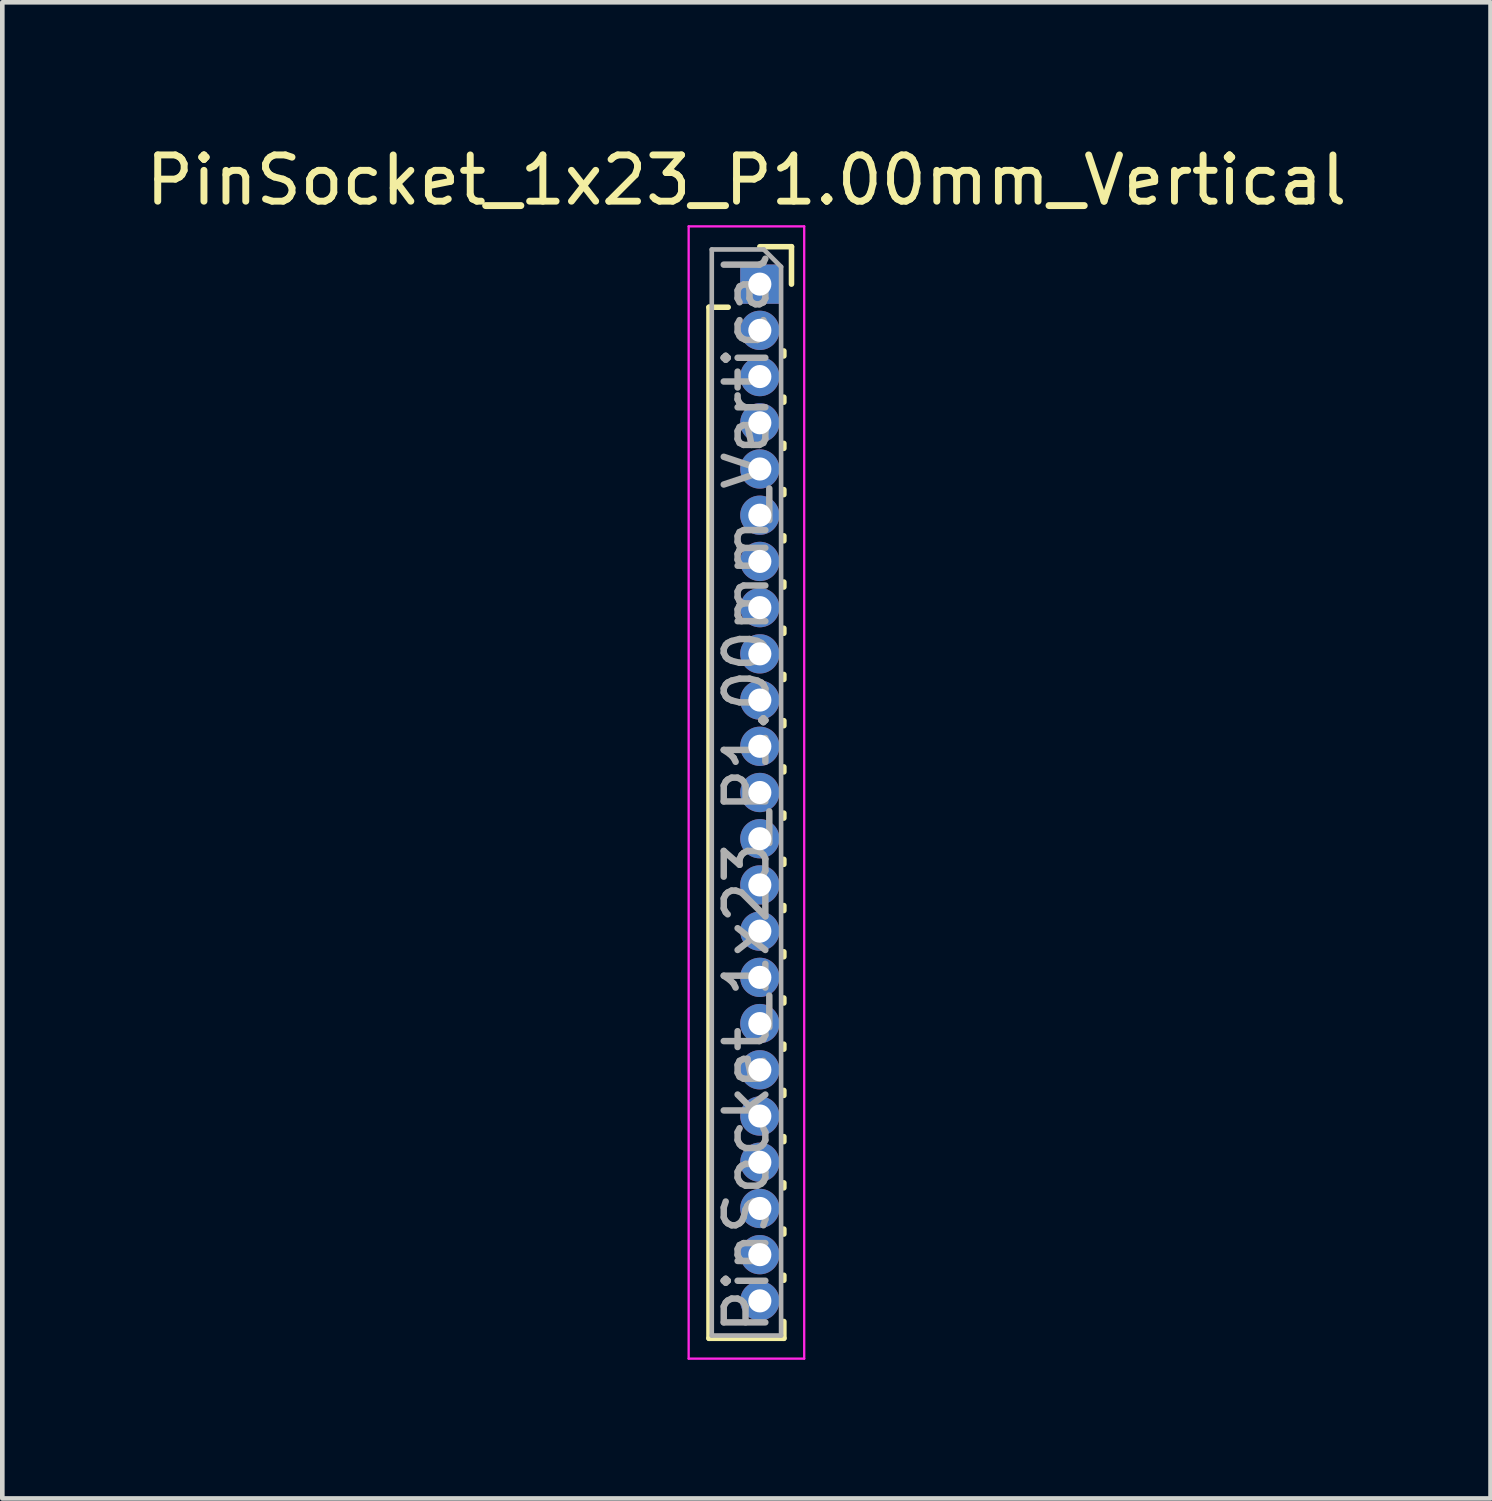
<source format=kicad_pcb>
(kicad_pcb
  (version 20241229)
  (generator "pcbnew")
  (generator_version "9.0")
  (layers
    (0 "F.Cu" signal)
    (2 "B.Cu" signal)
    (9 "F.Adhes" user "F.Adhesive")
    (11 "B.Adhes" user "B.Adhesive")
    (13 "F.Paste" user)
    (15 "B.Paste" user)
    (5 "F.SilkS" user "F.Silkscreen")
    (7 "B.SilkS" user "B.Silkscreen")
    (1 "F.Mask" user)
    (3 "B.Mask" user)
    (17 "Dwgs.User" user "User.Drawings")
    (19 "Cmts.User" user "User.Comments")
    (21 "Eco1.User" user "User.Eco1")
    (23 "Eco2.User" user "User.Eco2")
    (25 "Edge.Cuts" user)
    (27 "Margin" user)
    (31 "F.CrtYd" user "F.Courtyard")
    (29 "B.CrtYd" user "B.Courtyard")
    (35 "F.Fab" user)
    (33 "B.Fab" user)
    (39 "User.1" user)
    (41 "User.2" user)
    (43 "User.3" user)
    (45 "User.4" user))
  (footprint "PinSocket_1x23_P1.00mm_Vertical"
    (layer "F.Cu")
    (at 13.391 3.098)
    (property "Reference" "PinSocket_1x23_P1.00mm_Vertical" (at -0.29 -2.25 0) (layer "F.SilkS") (effects (font (size 1 1) (thickness 0.15))))
    (attr through_hole)
    (fp_line (start -1.1 0.5) (end -1.1 22.81) (stroke (width 0.12) (type solid)) (layer "F.SilkS"))
    (fp_line (start -1.1 0.5) (end -0.685 0.5) (stroke (width 0.12) (type solid)) (layer "F.SilkS"))
    (fp_line (start -1.1 22.81) (end 0.52 22.81) (stroke (width 0.12) (type solid)) (layer "F.SilkS"))
    (fp_line (start 0 -0.81) (end 0.685 -0.81) (stroke (width 0.12) (type solid)) (layer "F.SilkS"))
    (fp_line (start 0.52 1.446) (end 0.52 1.554) (stroke (width 0.12) (type solid)) (layer "F.SilkS"))
    (fp_line (start 0.52 2.446) (end 0.52 2.554) (stroke (width 0.12) (type solid)) (layer "F.SilkS"))
    (fp_line (start 0.52 3.446) (end 0.52 3.554) (stroke (width 0.12) (type solid)) (layer "F.SilkS"))
    (fp_line (start 0.52 4.446) (end 0.52 4.554) (stroke (width 0.12) (type solid)) (layer "F.SilkS"))
    (fp_line (start 0.52 5.446) (end 0.52 5.554) (stroke (width 0.12) (type solid)) (layer "F.SilkS"))
    (fp_line (start 0.52 6.446) (end 0.52 6.554) (stroke (width 0.12) (type solid)) (layer "F.SilkS"))
    (fp_line (start 0.52 7.446) (end 0.52 7.554) (stroke (width 0.12) (type solid)) (layer "F.SilkS"))
    (fp_line (start 0.52 8.446) (end 0.52 8.554) (stroke (width 0.12) (type solid)) (layer "F.SilkS"))
    (fp_line (start 0.52 9.446) (end 0.52 9.554) (stroke (width 0.12) (type solid)) (layer "F.SilkS"))
    (fp_line (start 0.52 10.446) (end 0.52 10.554) (stroke (width 0.12) (type solid)) (layer "F.SilkS"))
    (fp_line (start 0.52 11.446) (end 0.52 11.554) (stroke (width 0.12) (type solid)) (layer "F.SilkS"))
    (fp_line (start 0.52 12.446) (end 0.52 12.554) (stroke (width 0.12) (type solid)) (layer "F.SilkS"))
    (fp_line (start 0.52 13.446) (end 0.52 13.554) (stroke (width 0.12) (type solid)) (layer "F.SilkS"))
    (fp_line (start 0.52 14.446) (end 0.52 14.554) (stroke (width 0.12) (type solid)) (layer "F.SilkS"))
    (fp_line (start 0.52 15.446) (end 0.52 15.554) (stroke (width 0.12) (type solid)) (layer "F.SilkS"))
    (fp_line (start 0.52 16.446) (end 0.52 16.554) (stroke (width 0.12) (type solid)) (layer "F.SilkS"))
    (fp_line (start 0.52 17.446) (end 0.52 17.554) (stroke (width 0.12) (type solid)) (layer "F.SilkS"))
    (fp_line (start 0.52 18.446) (end 0.52 18.554) (stroke (width 0.12) (type solid)) (layer "F.SilkS"))
    (fp_line (start 0.52 19.446) (end 0.52 19.554) (stroke (width 0.12) (type solid)) (layer "F.SilkS"))
    (fp_line (start 0.52 20.446) (end 0.52 20.554) (stroke (width 0.12) (type solid)) (layer "F.SilkS"))
    (fp_line (start 0.52 21.446) (end 0.52 21.554) (stroke (width 0.12) (type solid)) (layer "F.SilkS"))
    (fp_line (start 0.52 22.446) (end 0.52 22.81) (stroke (width 0.12) (type solid)) (layer "F.SilkS"))
    (fp_line (start 0.685 -0.81) (end 0.685 0) (stroke (width 0.12) (type solid)) (layer "F.SilkS"))
    (fp_line (start -1.54 -1.25) (end 0.96 -1.25) (stroke (width 0.05) (type solid)) (layer "F.CrtYd"))
    (fp_line (start -1.54 23.25) (end -1.54 -1.25) (stroke (width 0.05) (type solid)) (layer "F.CrtYd"))
    (fp_line (start 0.96 -1.25) (end 0.96 23.25) (stroke (width 0.05) (type solid)) (layer "F.CrtYd"))
    (fp_line (start 0.96 23.25) (end -1.54 23.25) (stroke (width 0.05) (type solid)) (layer "F.CrtYd"))
    (fp_line (start -1.04 -0.75) (end 0.085 -0.75) (stroke (width 0.1) (type solid)) (layer "F.Fab"))
    (fp_line (start -1.04 22.75) (end -1.04 -0.75) (stroke (width 0.1) (type solid)) (layer "F.Fab"))
    (fp_line (start 0.085 -0.75) (end 0.46 -0.375) (stroke (width 0.1) (type solid)) (layer "F.Fab"))
    (fp_line (start 0.46 -0.375) (end 0.46 22.75) (stroke (width 0.1) (type solid)) (layer "F.Fab"))
    (fp_line (start 0.46 22.75) (end -1.04 22.75) (stroke (width 0.1) (type solid)) (layer "F.Fab"))
    (fp_text user "${REFERENCE}" (at -0.29 11 90) (layer "F.Fab") (effects (font (size 0.9 0.9) (thickness 0.14))))
    (pad "1" thru_hole rect (at 0 0) (size 0.85 0.85) (drill 0.5) (layers "*.Cu" "*.Mask"))
    (pad "2" thru_hole oval (at 0 1) (size 0.85 0.85) (drill 0.5) (layers "*.Cu" "*.Mask"))
    (pad "3" thru_hole oval (at 0 2) (size 0.85 0.85) (drill 0.5) (layers "*.Cu" "*.Mask"))
    (pad "4" thru_hole oval (at 0 3) (size 0.85 0.85) (drill 0.5) (layers "*.Cu" "*.Mask"))
    (pad "5" thru_hole oval (at 0 4) (size 0.85 0.85) (drill 0.5) (layers "*.Cu" "*.Mask"))
    (pad "6" thru_hole oval (at 0 5) (size 0.85 0.85) (drill 0.5) (layers "*.Cu" "*.Mask"))
    (pad "7" thru_hole oval (at 0 6) (size 0.85 0.85) (drill 0.5) (layers "*.Cu" "*.Mask"))
    (pad "8" thru_hole oval (at 0 7) (size 0.85 0.85) (drill 0.5) (layers "*.Cu" "*.Mask"))
    (pad "9" thru_hole oval (at 0 8) (size 0.85 0.85) (drill 0.5) (layers "*.Cu" "*.Mask"))
    (pad "10" thru_hole oval (at 0 9) (size 0.85 0.85) (drill 0.5) (layers "*.Cu" "*.Mask"))
    (pad "11" thru_hole oval (at 0 10) (size 0.85 0.85) (drill 0.5) (layers "*.Cu" "*.Mask"))
    (pad "12" thru_hole oval (at 0 11) (size 0.85 0.85) (drill 0.5) (layers "*.Cu" "*.Mask"))
    (pad "13" thru_hole oval (at 0 12) (size 0.85 0.85) (drill 0.5) (layers "*.Cu" "*.Mask"))
    (pad "14" thru_hole oval (at 0 13) (size 0.85 0.85) (drill 0.5) (layers "*.Cu" "*.Mask"))
    (pad "15" thru_hole oval (at 0 14) (size 0.85 0.85) (drill 0.5) (layers "*.Cu" "*.Mask"))
    (pad "16" thru_hole oval (at 0 15) (size 0.85 0.85) (drill 0.5) (layers "*.Cu" "*.Mask"))
    (pad "17" thru_hole oval (at 0 16) (size 0.85 0.85) (drill 0.5) (layers "*.Cu" "*.Mask"))
    (pad "18" thru_hole oval (at 0 17) (size 0.85 0.85) (drill 0.5) (layers "*.Cu" "*.Mask"))
    (pad "19" thru_hole oval (at 0 18) (size 0.85 0.85) (drill 0.5) (layers "*.Cu" "*.Mask"))
    (pad "20" thru_hole oval (at 0 19) (size 0.85 0.85) (drill 0.5) (layers "*.Cu" "*.Mask"))
    (pad "21" thru_hole oval (at 0 20) (size 0.85 0.85) (drill 0.5) (layers "*.Cu" "*.Mask"))
    (pad "22" thru_hole oval (at 0 21) (size 0.85 0.85) (drill 0.5) (layers "*.Cu" "*.Mask"))
    (pad "23" thru_hole oval (at 0 22) (size 0.85 0.85) (drill 0.5) (layers "*.Cu" "*.Mask")))
  (gr_rect
    (start -3 -3)
    (end 29.202 29.373)
    (stroke (width 0.1) (type default))
    (fill no)
    (layer "Edge.Cuts")))
</source>
